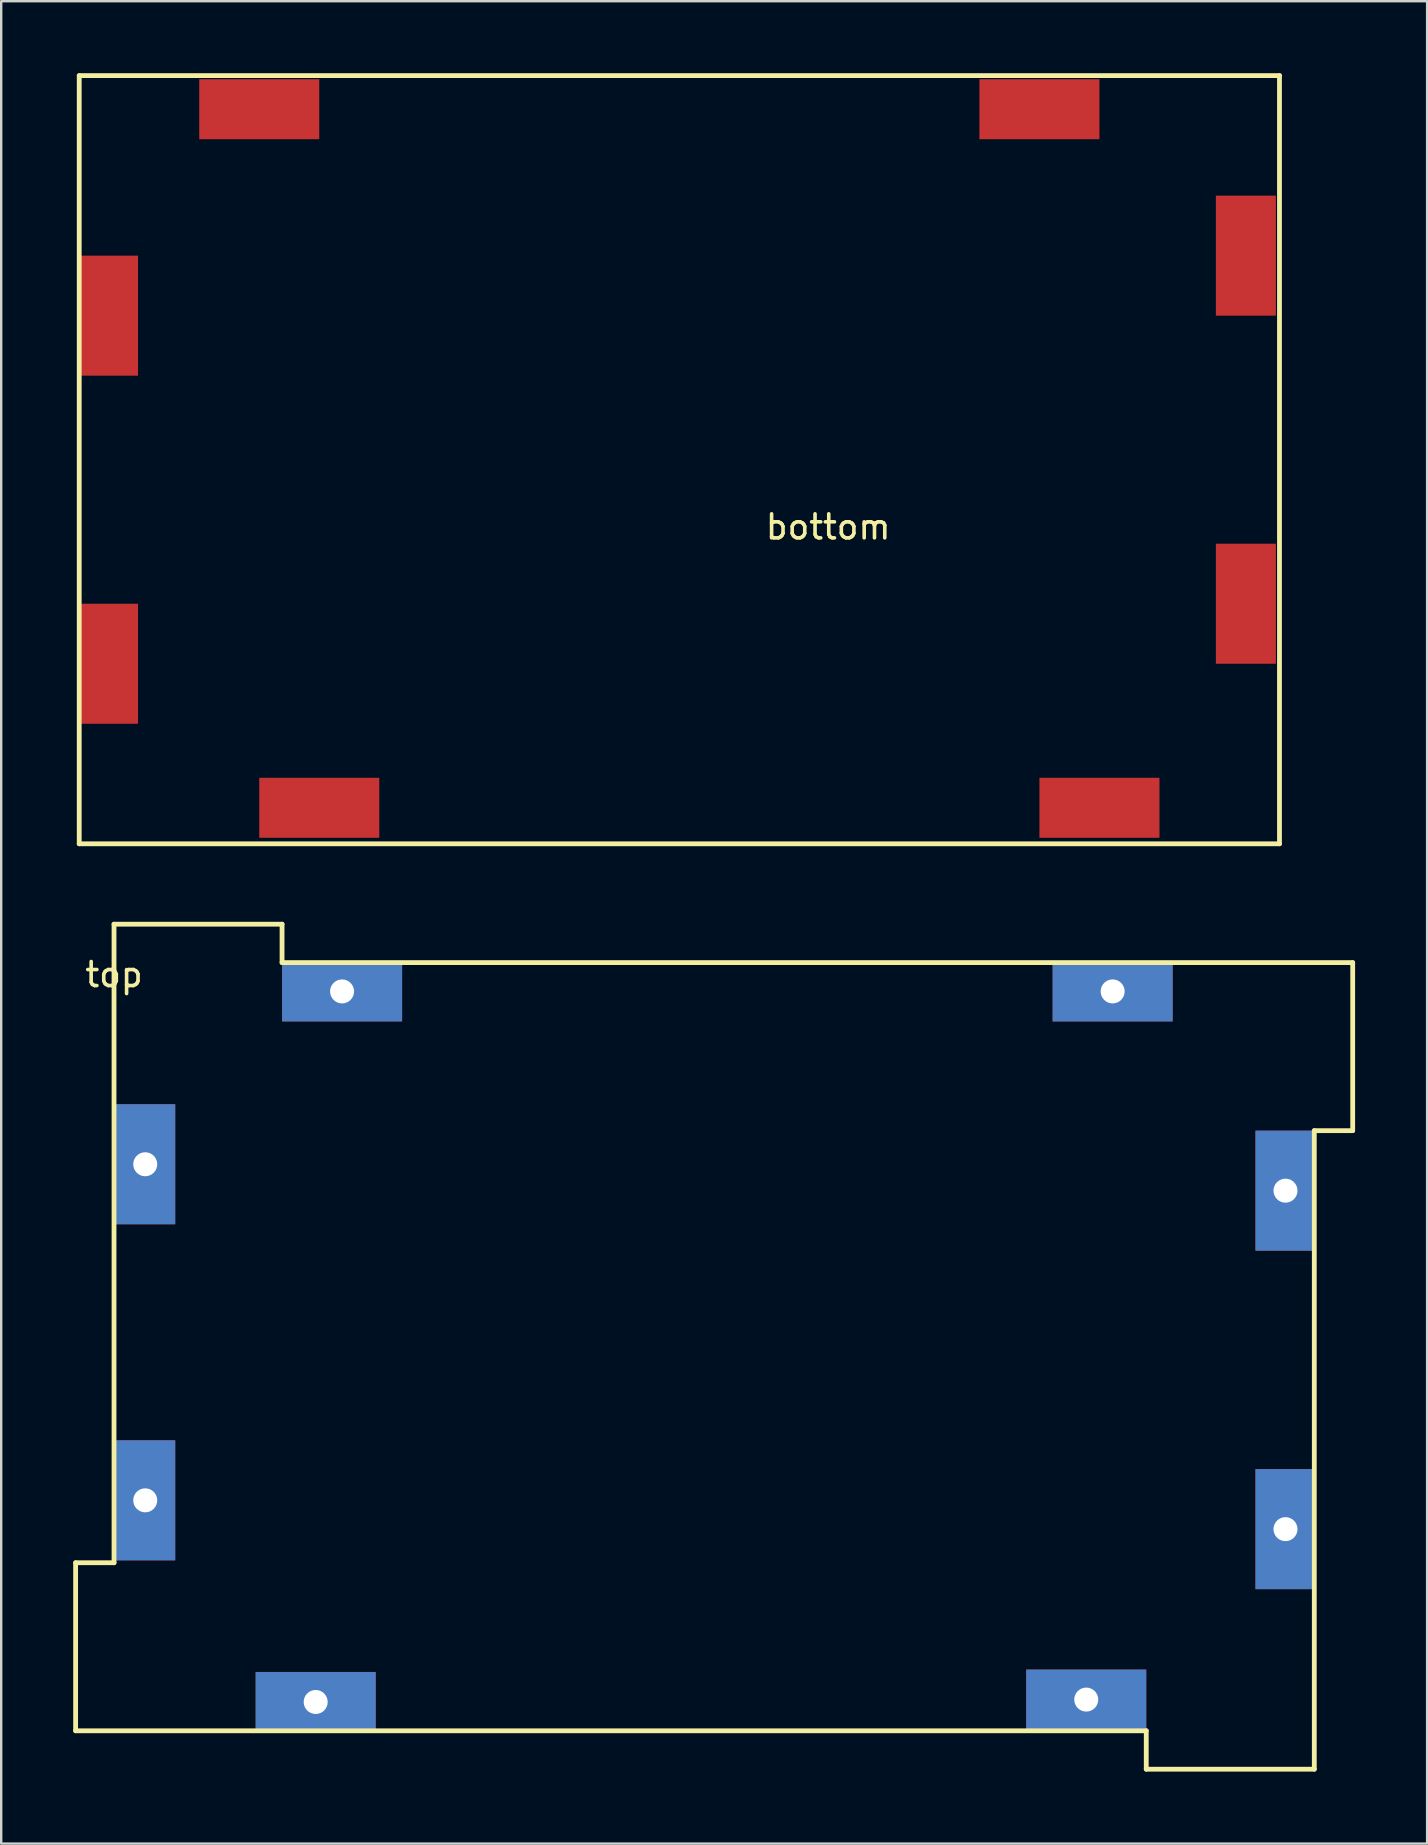
<source format=kicad_pcb>
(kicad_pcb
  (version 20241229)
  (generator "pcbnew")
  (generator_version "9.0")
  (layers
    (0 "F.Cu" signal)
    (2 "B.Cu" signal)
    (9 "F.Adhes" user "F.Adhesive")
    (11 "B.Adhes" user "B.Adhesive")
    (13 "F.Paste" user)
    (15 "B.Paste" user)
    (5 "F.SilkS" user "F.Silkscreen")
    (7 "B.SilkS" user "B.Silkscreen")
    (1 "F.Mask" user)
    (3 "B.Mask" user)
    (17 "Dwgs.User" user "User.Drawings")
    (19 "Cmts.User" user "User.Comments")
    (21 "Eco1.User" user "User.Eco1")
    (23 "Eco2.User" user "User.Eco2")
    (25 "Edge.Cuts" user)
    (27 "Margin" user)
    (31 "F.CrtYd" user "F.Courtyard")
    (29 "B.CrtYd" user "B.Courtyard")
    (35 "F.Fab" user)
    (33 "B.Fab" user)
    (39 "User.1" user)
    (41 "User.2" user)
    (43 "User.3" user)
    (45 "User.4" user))
  (footprint "bottom"
    (layer "F.Cu")
    (at 0.25 32.1)
    (property "Reference" "bottom" (at 31.2 -13.2 0) (layer "F.SilkS") (effects (font (size 1 1) (thickness 0.15))))
    (attr through_hole)
    (fp_line (start 0 -32) (end 0 0) (stroke (width 0.2) (type solid)) (layer "F.SilkS"))
    (fp_line (start 0 -32) (end 50 -32) (stroke (width 0.2) (type solid)) (layer "F.SilkS"))
    (fp_line (start 0 0) (end 50 0) (stroke (width 0.2) (type solid)) (layer "F.SilkS"))
    (fp_line (start 50 0) (end 50 -32) (stroke (width 0.2) (type solid)) (layer "F.SilkS"))
    (pad "1" smd rect (at 7.5 -30.6) (size 5 2.5) (layers "F.Cu" "F.Mask" "F.Paste"))
    (pad "2" smd rect (at 40 -30.6) (size 5 2.5) (layers "F.Cu" "F.Mask" "F.Paste"))
    (pad "3" smd rect (at 48.6 -24.5 90) (size 5 2.5) (layers "F.Cu" "F.Mask" "F.Paste"))
    (pad "4" smd rect (at 48.6 -10 90) (size 5 2.5) (layers "F.Cu" "F.Mask" "F.Paste"))
    (pad "5" smd rect (at 42.5 -1.5 180) (size 5 2.5) (layers "F.Cu" "F.Mask" "F.Paste"))
    (pad "6" smd rect (at 10 -1.5) (size 5 2.5) (layers "F.Cu" "F.Mask" "F.Paste"))
    (pad "7" smd rect (at 1.2 -7.5 270) (size 5 2.5) (layers "F.Cu" "F.Mask" "F.Paste"))
    (pad "8" smd rect (at 1.2 -22 270) (size 5 2.5) (layers "F.Cu" "F.Mask" "F.Paste")))
  (footprint "top"
    (layer "F.Cu")
    (at 1.7 37.05)
    (property "Reference" "top" (at 0 0.5 0) (layer "F.SilkS") (effects (font (size 1 1) (thickness 0.15))))
    (attr through_hole)
    (fp_line (start -1.6 25) (end -1.6 32) (stroke (width 0.2) (type solid)) (layer "F.SilkS"))
    (fp_line (start -1.6 32) (end 43 32) (stroke (width 0.2) (type solid)) (layer "F.SilkS"))
    (fp_line (start 0 -1.6) (end 0 25) (stroke (width 0.2) (type solid)) (layer "F.SilkS"))
    (fp_line (start 0 -1.6) (end 7 -1.6) (stroke (width 0.2) (type solid)) (layer "F.SilkS"))
    (fp_line (start 0 25) (end -1.6 25) (stroke (width 0.2) (type solid)) (layer "F.SilkS"))
    (fp_line (start 7 0) (end 7 -1.6) (stroke (width 0.2) (type solid)) (layer "F.SilkS"))
    (fp_line (start 7 0) (end 51.6 0) (stroke (width 0.2) (type solid)) (layer "F.SilkS"))
    (fp_line (start 43 32) (end 43 33.6) (stroke (width 0.2) (type solid)) (layer "F.SilkS"))
    (fp_line (start 43 33.6) (end 50 33.6) (stroke (width 0.2) (type solid)) (layer "F.SilkS"))
    (fp_line (start 50 7) (end 51.6 7) (stroke (width 0.2) (type solid)) (layer "F.SilkS"))
    (fp_line (start 50 33.6) (end 50 7) (stroke (width 0.2) (type solid)) (layer "F.SilkS"))
    (fp_line (start 51.6 7) (end 51.6 0) (stroke (width 0.2) (type solid)) (layer "F.SilkS"))
    (pad "1" thru_hole rect (at 9.5 1.2) (size 5 2.5) (drill 1) (layers "*.Cu" "*.Mask"))
    (pad "2" thru_hole rect (at 41.6 1.2) (size 5 2.5) (drill 1) (layers "*.Cu" "*.Mask"))
    (pad "3" thru_hole rect (at 48.8 9.5 90) (size 5 2.5) (drill 1) (layers "*.Cu" "*.Mask"))
    (pad "4" thru_hole rect (at 48.8 23.6 90) (size 5 2.5) (drill 1) (layers "*.Cu" "*.Mask"))
    (pad "5" thru_hole rect (at 40.5 30.7 180) (size 5 2.5) (drill 1) (layers "*.Cu" "*.Mask"))
    (pad "6" thru_hole rect (at 8.4 30.8 180) (size 5 2.5) (drill 1) (layers "*.Cu" "*.Mask"))
    (pad "7" thru_hole rect (at 1.3 22.4 270) (size 5 2.5) (drill 1) (layers "*.Cu" "*.Mask"))
    (pad "8" thru_hole rect (at 1.3 8.4 270) (size 5 2.5) (drill 1) (layers "*.Cu" "*.Mask")))
  (gr_rect
    (start -3 -3)
    (end 56.4 73.75)
    (stroke (width 0.1) (type default))
    (fill no)
    (layer "Edge.Cuts")))
</source>
